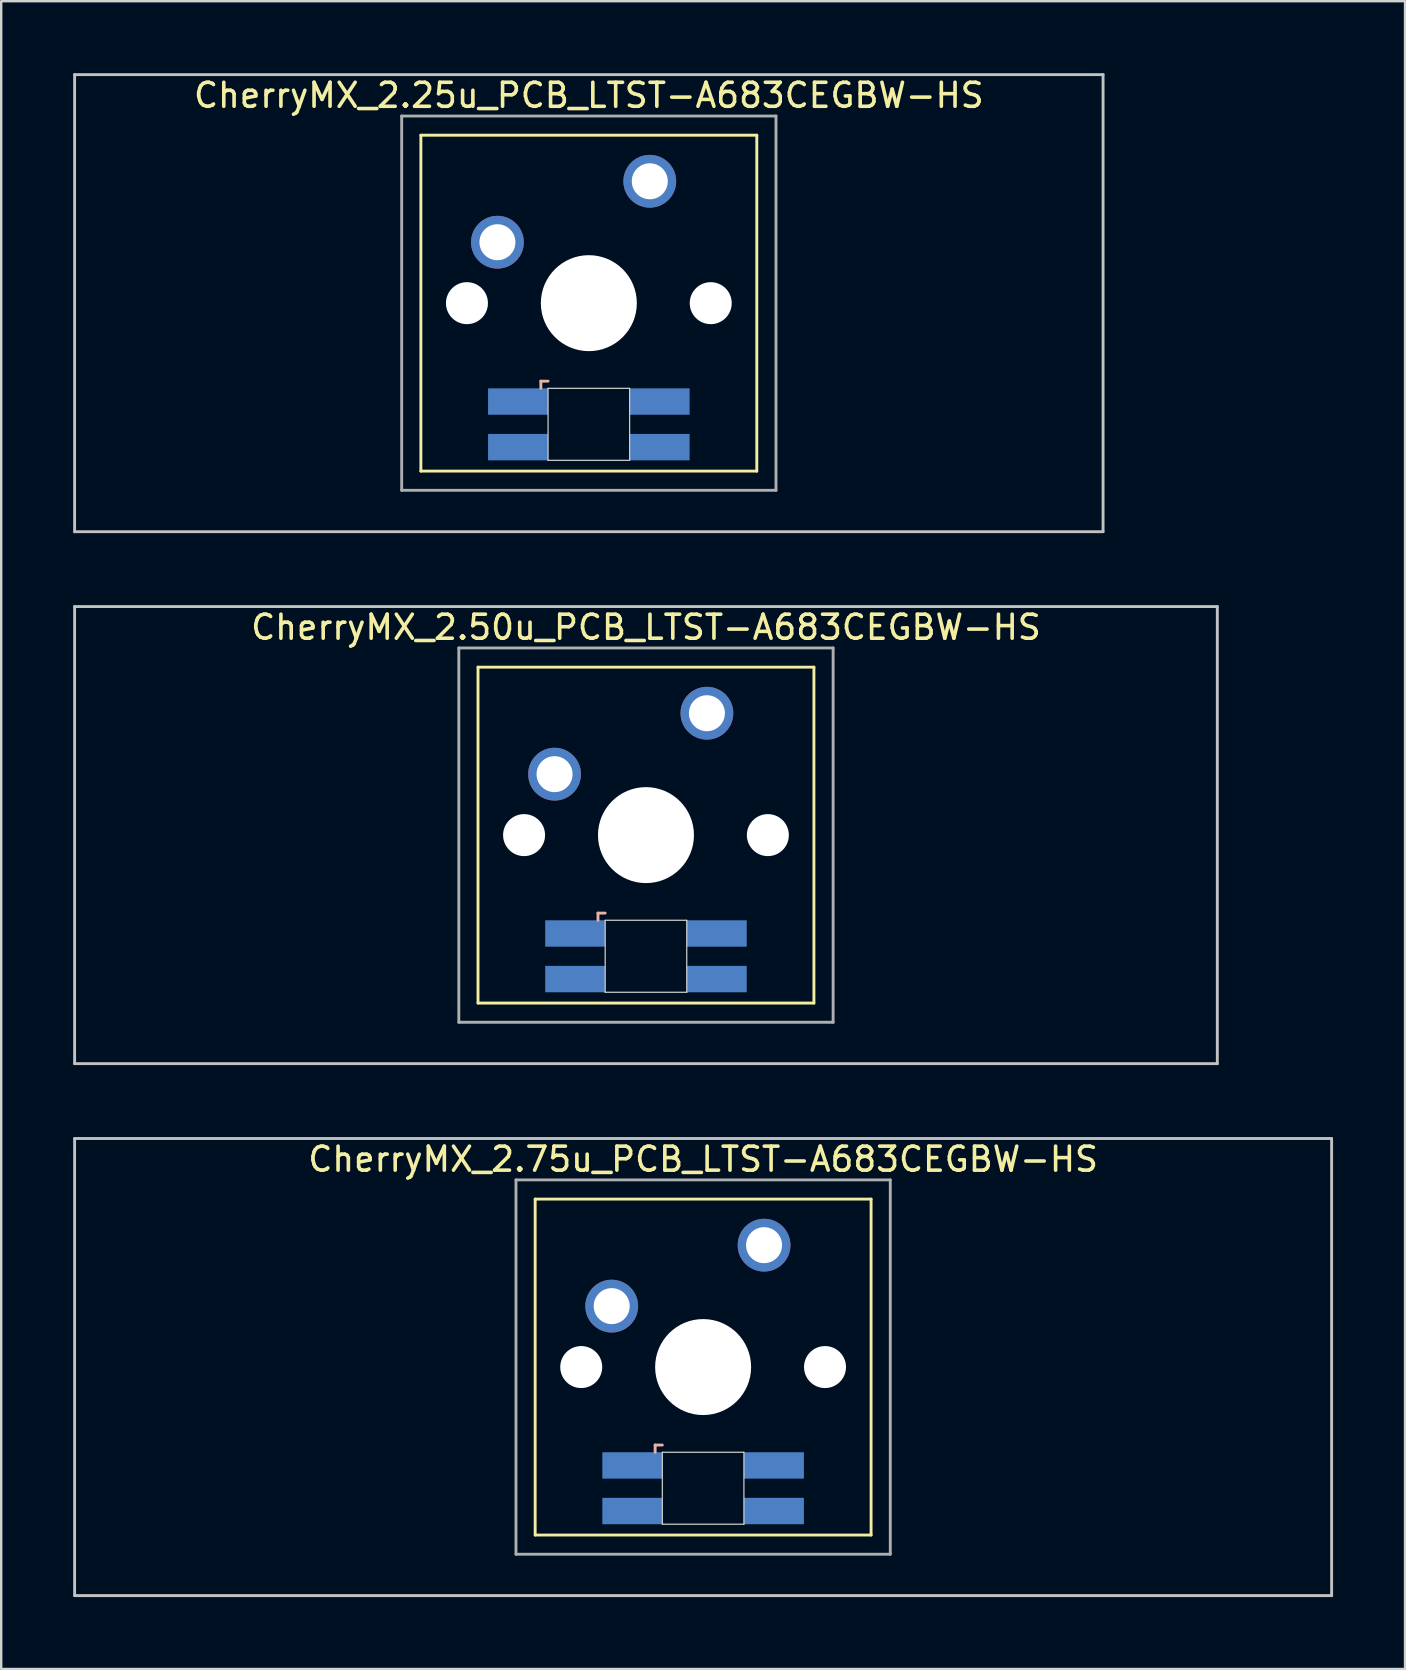
<source format=kicad_pcb>
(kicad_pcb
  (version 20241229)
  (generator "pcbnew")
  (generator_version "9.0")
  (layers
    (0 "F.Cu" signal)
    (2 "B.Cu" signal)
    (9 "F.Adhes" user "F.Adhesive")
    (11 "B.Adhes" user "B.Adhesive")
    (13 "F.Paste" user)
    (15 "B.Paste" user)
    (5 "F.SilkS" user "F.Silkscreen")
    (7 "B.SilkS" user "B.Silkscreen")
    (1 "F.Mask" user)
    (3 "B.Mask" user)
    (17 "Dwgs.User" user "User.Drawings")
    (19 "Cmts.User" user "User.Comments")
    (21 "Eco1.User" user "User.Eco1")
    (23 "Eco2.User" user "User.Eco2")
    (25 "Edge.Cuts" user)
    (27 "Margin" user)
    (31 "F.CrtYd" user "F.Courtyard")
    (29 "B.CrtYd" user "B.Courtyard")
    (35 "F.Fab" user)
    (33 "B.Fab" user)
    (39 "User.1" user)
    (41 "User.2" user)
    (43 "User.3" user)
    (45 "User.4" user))
  (footprint "CherryMX_2.75u_PCB_LTST-A683CEGBW-HS"
    (layer "F.Cu")
    (at 26.254 53.925)
    (property "Reference" "CherryMX_2.75u_PCB_LTST-A683CEGBW-HS" (at 0 -8.662 0) (layer "F.SilkS") (effects (font (size 1 1) (thickness 0.15))))
    (attr through_hole)
    (fp_line (start -7 -7) (end -7 7) (stroke (width 0.12) (type solid)) (layer "F.SilkS"))
    (fp_line (start -7 -7) (end 7 -7) (stroke (width 0.12) (type solid)) (layer "F.SilkS"))
    (fp_line (start 7 -7) (end 7 7) (stroke (width 0.12) (type solid)) (layer "F.SilkS"))
    (fp_line (start 7 7) (end -7 7) (stroke (width 0.12) (type solid)) (layer "F.SilkS"))
    (fp_line (start -2 3.25) (end -2 3.55) (stroke (width 0.12) (type solid)) (layer "B.SilkS"))
    (fp_line (start -1.7 3.25) (end -2 3.25) (stroke (width 0.12) (type solid)) (layer "B.SilkS"))
    (fp_line (start -26.194 -9.525) (end 26.194 -9.525) (stroke (width 0.12) (type solid)) (layer "Dwgs.User"))
    (fp_line (start -26.194 9.525) (end -26.194 -9.525) (stroke (width 0.12) (type solid)) (layer "Dwgs.User"))
    (fp_line (start 26.194 -9.525) (end 26.194 9.525) (stroke (width 0.12) (type solid)) (layer "Dwgs.User"))
    (fp_line (start 26.194 9.525) (end -26.194 9.525) (stroke (width 0.12) (type solid)) (layer "Dwgs.User"))
    (fp_line (start -1.7 3.55) (end 1.7 3.55) (stroke (width 0.05) (type solid)) (layer "Edge.Cuts"))
    (fp_line (start -1.7 6.55) (end -1.7 3.55) (stroke (width 0.05) (type solid)) (layer "Edge.Cuts"))
    (fp_line (start 1.7 3.55) (end 1.7 6.55) (stroke (width 0.05) (type solid)) (layer "Edge.Cuts"))
    (fp_line (start 1.7 6.55) (end -1.7 6.55) (stroke (width 0.05) (type solid)) (layer "Edge.Cuts"))
    (fp_line (start -7.8 -7.8) (end -7.8 7.8) (stroke (width 0.12) (type solid)) (layer "F.Fab"))
    (fp_line (start -7.8 -7.8) (end 7.8 -7.8) (stroke (width 0.12) (type solid)) (layer "F.Fab"))
    (fp_line (start -7.8 7.8) (end 7.8 7.8) (stroke (width 0.12) (type solid)) (layer "F.Fab"))
    (fp_line (start 7.8 -7.8) (end 7.8 7.8) (stroke (width 0.12) (type solid)) (layer "F.Fab"))
    (pad "" np_thru_hole circle (at -5.08 0) (size 1.75 1.75) (drill 1.75) (layers "*.Cu" "*.Mask"))
    (pad "" np_thru_hole circle (at 0 0) (size 4 4) (drill 4) (layers "*.Cu" "*.Mask"))
    (pad "" np_thru_hole circle (at 5.08 0) (size 1.75 1.75) (drill 1.75) (layers "*.Cu" "*.Mask"))
    (pad "1" thru_hole circle (at -3.81 -2.54) (size 2.2 2.2) (drill 1.5) (layers "*.Cu" "*.Mask"))
    (pad "2" thru_hole circle (at 2.54 -5.08) (size 2.2 2.2) (drill 1.5) (layers "*.Cu" "*.Mask"))
    (pad "3" smd rect (at -2.95 4.1) (size 2.5 1.1) (layers "B.Cu" "B.Mask" "B.Paste"))
    (pad "4" smd rect (at -2.95 6) (size 2.5 1.1) (layers "B.Cu" "B.Mask" "B.Paste"))
    (pad "5" smd rect (at 2.95 4.1) (size 2.5 1.1) (layers "B.Cu" "B.Mask" "B.Paste"))
    (pad "6" smd rect (at 2.95 6) (size 2.5 1.1) (layers "B.Cu" "B.Mask" "B.Paste")))
  (footprint "CherryMX_2.25u_PCB_LTST-A683CEGBW-HS"
    (layer "F.Cu")
    (at 21.491 9.585)
    (property "Reference" "CherryMX_2.25u_PCB_LTST-A683CEGBW-HS" (at 0 -8.662 0) (layer "F.SilkS") (effects (font (size 1 1) (thickness 0.15))))
    (attr through_hole)
    (fp_line (start -7 -7) (end -7 7) (stroke (width 0.12) (type solid)) (layer "F.SilkS"))
    (fp_line (start -7 -7) (end 7 -7) (stroke (width 0.12) (type solid)) (layer "F.SilkS"))
    (fp_line (start 7 -7) (end 7 7) (stroke (width 0.12) (type solid)) (layer "F.SilkS"))
    (fp_line (start 7 7) (end -7 7) (stroke (width 0.12) (type solid)) (layer "F.SilkS"))
    (fp_line (start -2 3.25) (end -2 3.55) (stroke (width 0.12) (type solid)) (layer "B.SilkS"))
    (fp_line (start -1.7 3.25) (end -2 3.25) (stroke (width 0.12) (type solid)) (layer "B.SilkS"))
    (fp_line (start -21.431 -9.525) (end 21.431 -9.525) (stroke (width 0.12) (type solid)) (layer "Dwgs.User"))
    (fp_line (start -21.431 9.525) (end -21.431 -9.525) (stroke (width 0.12) (type solid)) (layer "Dwgs.User"))
    (fp_line (start 21.431 -9.525) (end 21.431 9.525) (stroke (width 0.12) (type solid)) (layer "Dwgs.User"))
    (fp_line (start 21.431 9.525) (end -21.431 9.525) (stroke (width 0.12) (type solid)) (layer "Dwgs.User"))
    (fp_line (start -1.7 3.55) (end 1.7 3.55) (stroke (width 0.05) (type solid)) (layer "Edge.Cuts"))
    (fp_line (start -1.7 6.55) (end -1.7 3.55) (stroke (width 0.05) (type solid)) (layer "Edge.Cuts"))
    (fp_line (start 1.7 3.55) (end 1.7 6.55) (stroke (width 0.05) (type solid)) (layer "Edge.Cuts"))
    (fp_line (start 1.7 6.55) (end -1.7 6.55) (stroke (width 0.05) (type solid)) (layer "Edge.Cuts"))
    (fp_line (start -7.8 -7.8) (end -7.8 7.8) (stroke (width 0.12) (type solid)) (layer "F.Fab"))
    (fp_line (start -7.8 -7.8) (end 7.8 -7.8) (stroke (width 0.12) (type solid)) (layer "F.Fab"))
    (fp_line (start -7.8 7.8) (end 7.8 7.8) (stroke (width 0.12) (type solid)) (layer "F.Fab"))
    (fp_line (start 7.8 -7.8) (end 7.8 7.8) (stroke (width 0.12) (type solid)) (layer "F.Fab"))
    (pad "" np_thru_hole circle (at -5.08 0) (size 1.75 1.75) (drill 1.75) (layers "*.Cu" "*.Mask"))
    (pad "" np_thru_hole circle (at 0 0) (size 4 4) (drill 4) (layers "*.Cu" "*.Mask"))
    (pad "" np_thru_hole circle (at 5.08 0) (size 1.75 1.75) (drill 1.75) (layers "*.Cu" "*.Mask"))
    (pad "1" thru_hole circle (at -3.81 -2.54) (size 2.2 2.2) (drill 1.5) (layers "*.Cu" "*.Mask"))
    (pad "2" thru_hole circle (at 2.54 -5.08) (size 2.2 2.2) (drill 1.5) (layers "*.Cu" "*.Mask"))
    (pad "3" smd rect (at -2.95 4.1) (size 2.5 1.1) (layers "B.Cu" "B.Mask" "B.Paste"))
    (pad "4" smd rect (at -2.95 6) (size 2.5 1.1) (layers "B.Cu" "B.Mask" "B.Paste"))
    (pad "5" smd rect (at 2.95 4.1) (size 2.5 1.1) (layers "B.Cu" "B.Mask" "B.Paste"))
    (pad "6" smd rect (at 2.95 6) (size 2.5 1.1) (layers "B.Cu" "B.Mask" "B.Paste")))
  (footprint "CherryMX_2.50u_PCB_LTST-A683CEGBW-HS"
    (layer "F.Cu")
    (at 23.872 31.755)
    (property "Reference" "CherryMX_2.50u_PCB_LTST-A683CEGBW-HS" (at 0 -8.662 0) (layer "F.SilkS") (effects (font (size 1 1) (thickness 0.15))))
    (attr through_hole)
    (fp_line (start -7 -7) (end -7 7) (stroke (width 0.12) (type solid)) (layer "F.SilkS"))
    (fp_line (start -7 -7) (end 7 -7) (stroke (width 0.12) (type solid)) (layer "F.SilkS"))
    (fp_line (start 7 -7) (end 7 7) (stroke (width 0.12) (type solid)) (layer "F.SilkS"))
    (fp_line (start 7 7) (end -7 7) (stroke (width 0.12) (type solid)) (layer "F.SilkS"))
    (fp_line (start -2 3.25) (end -2 3.55) (stroke (width 0.12) (type solid)) (layer "B.SilkS"))
    (fp_line (start -1.7 3.25) (end -2 3.25) (stroke (width 0.12) (type solid)) (layer "B.SilkS"))
    (fp_line (start -23.812 -9.525) (end 23.812 -9.525) (stroke (width 0.12) (type solid)) (layer "Dwgs.User"))
    (fp_line (start -23.812 9.525) (end -23.812 -9.525) (stroke (width 0.12) (type solid)) (layer "Dwgs.User"))
    (fp_line (start 23.812 -9.525) (end 23.812 9.525) (stroke (width 0.12) (type solid)) (layer "Dwgs.User"))
    (fp_line (start 23.812 9.525) (end -23.812 9.525) (stroke (width 0.12) (type solid)) (layer "Dwgs.User"))
    (fp_line (start -1.7 3.55) (end 1.7 3.55) (stroke (width 0.05) (type solid)) (layer "Edge.Cuts"))
    (fp_line (start -1.7 6.55) (end -1.7 3.55) (stroke (width 0.05) (type solid)) (layer "Edge.Cuts"))
    (fp_line (start 1.7 3.55) (end 1.7 6.55) (stroke (width 0.05) (type solid)) (layer "Edge.Cuts"))
    (fp_line (start 1.7 6.55) (end -1.7 6.55) (stroke (width 0.05) (type solid)) (layer "Edge.Cuts"))
    (fp_line (start -7.8 -7.8) (end -7.8 7.8) (stroke (width 0.12) (type solid)) (layer "F.Fab"))
    (fp_line (start -7.8 -7.8) (end 7.8 -7.8) (stroke (width 0.12) (type solid)) (layer "F.Fab"))
    (fp_line (start -7.8 7.8) (end 7.8 7.8) (stroke (width 0.12) (type solid)) (layer "F.Fab"))
    (fp_line (start 7.8 -7.8) (end 7.8 7.8) (stroke (width 0.12) (type solid)) (layer "F.Fab"))
    (pad "" np_thru_hole circle (at -5.08 0) (size 1.75 1.75) (drill 1.75) (layers "*.Cu" "*.Mask"))
    (pad "" np_thru_hole circle (at 0 0) (size 4 4) (drill 4) (layers "*.Cu" "*.Mask"))
    (pad "" np_thru_hole circle (at 5.08 0) (size 1.75 1.75) (drill 1.75) (layers "*.Cu" "*.Mask"))
    (pad "1" thru_hole circle (at -3.81 -2.54) (size 2.2 2.2) (drill 1.5) (layers "*.Cu" "*.Mask"))
    (pad "2" thru_hole circle (at 2.54 -5.08) (size 2.2 2.2) (drill 1.5) (layers "*.Cu" "*.Mask"))
    (pad "3" smd rect (at -2.95 4.1) (size 2.5 1.1) (layers "B.Cu" "B.Mask" "B.Paste"))
    (pad "4" smd rect (at -2.95 6) (size 2.5 1.1) (layers "B.Cu" "B.Mask" "B.Paste"))
    (pad "5" smd rect (at 2.95 4.1) (size 2.5 1.1) (layers "B.Cu" "B.Mask" "B.Paste"))
    (pad "6" smd rect (at 2.95 6) (size 2.5 1.1) (layers "B.Cu" "B.Mask" "B.Paste")))
  (gr_rect
    (start -3 -3)
    (end 55.508 66.51)
    (stroke (width 0.1) (type default))
    (fill no)
    (layer "Edge.Cuts")))
</source>
